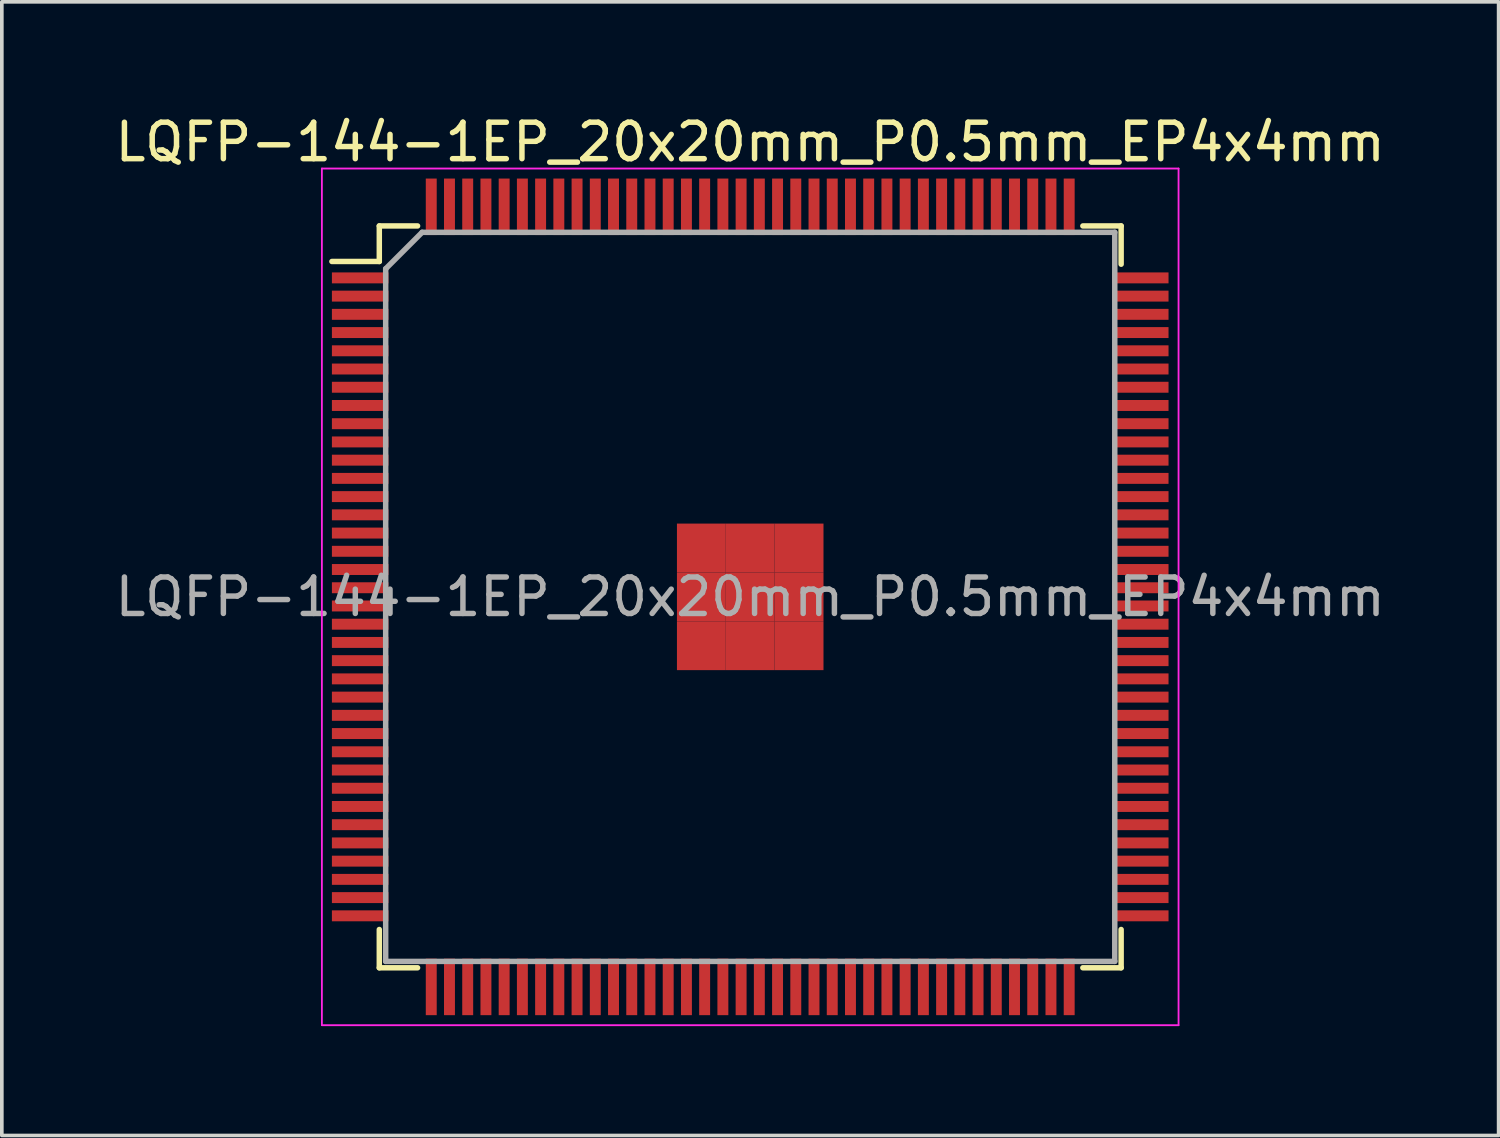
<source format=kicad_pcb>
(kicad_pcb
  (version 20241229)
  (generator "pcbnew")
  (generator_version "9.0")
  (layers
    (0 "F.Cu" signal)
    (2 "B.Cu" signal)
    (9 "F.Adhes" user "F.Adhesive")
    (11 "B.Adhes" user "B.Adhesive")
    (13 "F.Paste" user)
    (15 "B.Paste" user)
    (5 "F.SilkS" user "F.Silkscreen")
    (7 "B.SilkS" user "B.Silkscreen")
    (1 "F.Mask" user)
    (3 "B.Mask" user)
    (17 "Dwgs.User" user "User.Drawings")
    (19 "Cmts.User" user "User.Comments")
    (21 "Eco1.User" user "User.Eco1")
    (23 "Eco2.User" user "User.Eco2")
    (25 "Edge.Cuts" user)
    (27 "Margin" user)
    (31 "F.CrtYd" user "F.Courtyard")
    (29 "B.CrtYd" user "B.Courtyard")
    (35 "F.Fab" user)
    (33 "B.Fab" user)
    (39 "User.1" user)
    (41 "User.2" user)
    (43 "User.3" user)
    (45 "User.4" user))
  (footprint "LQFP-144-1EP_20x20mm_P0.5mm_EP4x4mm"
    (layer "F.Cu")
    (at 17.53 13.323)
    (property "Reference" "LQFP-144-1EP_20x20mm_P0.5mm_EP4x4mm" (at 0 -12.475 0) (layer "F.SilkS") (effects (font (size 1 1) (thickness 0.15))))
    (attr smd)
    (fp_line (start -10.175 -10.175) (end -10.175 -9.2) (stroke (width 0.15) (type solid)) (layer "F.SilkS"))
    (fp_line (start -10.175 -10.175) (end -9.125 -10.175) (stroke (width 0.15) (type solid)) (layer "F.SilkS"))
    (fp_line (start -10.175 -9.2) (end -11.475 -9.2) (stroke (width 0.15) (type solid)) (layer "F.SilkS"))
    (fp_line (start -10.175 10.175) (end -10.175 9.125) (stroke (width 0.15) (type solid)) (layer "F.SilkS"))
    (fp_line (start -10.175 10.175) (end -9.125 10.175) (stroke (width 0.15) (type solid)) (layer "F.SilkS"))
    (fp_line (start 10.175 -10.175) (end 9.125 -10.175) (stroke (width 0.15) (type solid)) (layer "F.SilkS"))
    (fp_line (start 10.175 -10.175) (end 10.175 -9.125) (stroke (width 0.15) (type solid)) (layer "F.SilkS"))
    (fp_line (start 10.175 10.175) (end 9.125 10.175) (stroke (width 0.15) (type solid)) (layer "F.SilkS"))
    (fp_line (start 10.175 10.175) (end 10.175 9.125) (stroke (width 0.15) (type solid)) (layer "F.SilkS"))
    (fp_line (start -11.75 -11.75) (end -11.75 11.75) (stroke (width 0.05) (type solid)) (layer "F.CrtYd"))
    (fp_line (start -11.75 -11.75) (end 11.75 -11.75) (stroke (width 0.05) (type solid)) (layer "F.CrtYd"))
    (fp_line (start -11.75 11.75) (end 11.75 11.75) (stroke (width 0.05) (type solid)) (layer "F.CrtYd"))
    (fp_line (start 11.75 -11.75) (end 11.75 11.75) (stroke (width 0.05) (type solid)) (layer "F.CrtYd"))
    (fp_line (start -10 -9) (end -9 -10) (stroke (width 0.15) (type solid)) (layer "F.Fab"))
    (fp_line (start -10 10) (end -10 -9) (stroke (width 0.15) (type solid)) (layer "F.Fab"))
    (fp_line (start -9 -10) (end 10 -10) (stroke (width 0.15) (type solid)) (layer "F.Fab"))
    (fp_line (start 10 -10) (end 10 10) (stroke (width 0.15) (type solid)) (layer "F.Fab"))
    (fp_line (start 10 10) (end -10 10) (stroke (width 0.15) (type solid)) (layer "F.Fab"))
    (fp_text user "${REFERENCE}" (at 0 0 0) (layer "F.Fab") (effects (font (size 1 1) (thickness 0.15))))
    (pad "1" smd rect (at -10.7 -8.75) (size 1.55 0.3) (layers "F.Cu" "F.Mask" "F.Paste"))
    (pad "2" smd rect (at -10.7 -8.25) (size 1.55 0.3) (layers "F.Cu" "F.Mask" "F.Paste"))
    (pad "3" smd rect (at -10.7 -7.75) (size 1.55 0.3) (layers "F.Cu" "F.Mask" "F.Paste"))
    (pad "4" smd rect (at -10.7 -7.25) (size 1.55 0.3) (layers "F.Cu" "F.Mask" "F.Paste"))
    (pad "5" smd rect (at -10.7 -6.75) (size 1.55 0.3) (layers "F.Cu" "F.Mask" "F.Paste"))
    (pad "6" smd rect (at -10.7 -6.25) (size 1.55 0.3) (layers "F.Cu" "F.Mask" "F.Paste"))
    (pad "7" smd rect (at -10.7 -5.75) (size 1.55 0.3) (layers "F.Cu" "F.Mask" "F.Paste"))
    (pad "8" smd rect (at -10.7 -5.25) (size 1.55 0.3) (layers "F.Cu" "F.Mask" "F.Paste"))
    (pad "9" smd rect (at -10.7 -4.75) (size 1.55 0.3) (layers "F.Cu" "F.Mask" "F.Paste"))
    (pad "10" smd rect (at -10.7 -4.25) (size 1.55 0.3) (layers "F.Cu" "F.Mask" "F.Paste"))
    (pad "11" smd rect (at -10.7 -3.75) (size 1.55 0.3) (layers "F.Cu" "F.Mask" "F.Paste"))
    (pad "12" smd rect (at -10.7 -3.25) (size 1.55 0.3) (layers "F.Cu" "F.Mask" "F.Paste"))
    (pad "13" smd rect (at -10.7 -2.75) (size 1.55 0.3) (layers "F.Cu" "F.Mask" "F.Paste"))
    (pad "14" smd rect (at -10.7 -2.25) (size 1.55 0.3) (layers "F.Cu" "F.Mask" "F.Paste"))
    (pad "15" smd rect (at -10.7 -1.75) (size 1.55 0.3) (layers "F.Cu" "F.Mask" "F.Paste"))
    (pad "16" smd rect (at -10.7 -1.25) (size 1.55 0.3) (layers "F.Cu" "F.Mask" "F.Paste"))
    (pad "17" smd rect (at -10.7 -0.75) (size 1.55 0.3) (layers "F.Cu" "F.Mask" "F.Paste"))
    (pad "18" smd rect (at -10.7 -0.25) (size 1.55 0.3) (layers "F.Cu" "F.Mask" "F.Paste"))
    (pad "19" smd rect (at -10.7 0.25) (size 1.55 0.3) (layers "F.Cu" "F.Mask" "F.Paste"))
    (pad "20" smd rect (at -10.7 0.75) (size 1.55 0.3) (layers "F.Cu" "F.Mask" "F.Paste"))
    (pad "21" smd rect (at -10.7 1.25) (size 1.55 0.3) (layers "F.Cu" "F.Mask" "F.Paste"))
    (pad "22" smd rect (at -10.7 1.75) (size 1.55 0.3) (layers "F.Cu" "F.Mask" "F.Paste"))
    (pad "23" smd rect (at -10.7 2.25) (size 1.55 0.3) (layers "F.Cu" "F.Mask" "F.Paste"))
    (pad "24" smd rect (at -10.7 2.75) (size 1.55 0.3) (layers "F.Cu" "F.Mask" "F.Paste"))
    (pad "25" smd rect (at -10.7 3.25) (size 1.55 0.3) (layers "F.Cu" "F.Mask" "F.Paste"))
    (pad "26" smd rect (at -10.7 3.75) (size 1.55 0.3) (layers "F.Cu" "F.Mask" "F.Paste"))
    (pad "27" smd rect (at -10.7 4.25) (size 1.55 0.3) (layers "F.Cu" "F.Mask" "F.Paste"))
    (pad "28" smd rect (at -10.7 4.75) (size 1.55 0.3) (layers "F.Cu" "F.Mask" "F.Paste"))
    (pad "29" smd rect (at -10.7 5.25) (size 1.55 0.3) (layers "F.Cu" "F.Mask" "F.Paste"))
    (pad "30" smd rect (at -10.7 5.75) (size 1.55 0.3) (layers "F.Cu" "F.Mask" "F.Paste"))
    (pad "31" smd rect (at -10.7 6.25) (size 1.55 0.3) (layers "F.Cu" "F.Mask" "F.Paste"))
    (pad "32" smd rect (at -10.7 6.75) (size 1.55 0.3) (layers "F.Cu" "F.Mask" "F.Paste"))
    (pad "33" smd rect (at -10.7 7.25) (size 1.55 0.3) (layers "F.Cu" "F.Mask" "F.Paste"))
    (pad "34" smd rect (at -10.7 7.75) (size 1.55 0.3) (layers "F.Cu" "F.Mask" "F.Paste"))
    (pad "35" smd rect (at -10.7 8.25) (size 1.55 0.3) (layers "F.Cu" "F.Mask" "F.Paste"))
    (pad "36" smd rect (at -10.7 8.75) (size 1.55 0.3) (layers "F.Cu" "F.Mask" "F.Paste"))
    (pad "37" smd rect (at -8.75 10.7 90) (size 1.55 0.3) (layers "F.Cu" "F.Mask" "F.Paste"))
    (pad "38" smd rect (at -8.25 10.7 90) (size 1.55 0.3) (layers "F.Cu" "F.Mask" "F.Paste"))
    (pad "39" smd rect (at -7.75 10.7 90) (size 1.55 0.3) (layers "F.Cu" "F.Mask" "F.Paste"))
    (pad "40" smd rect (at -7.25 10.7 90) (size 1.55 0.3) (layers "F.Cu" "F.Mask" "F.Paste"))
    (pad "41" smd rect (at -6.75 10.7 90) (size 1.55 0.3) (layers "F.Cu" "F.Mask" "F.Paste"))
    (pad "42" smd rect (at -6.25 10.7 90) (size 1.55 0.3) (layers "F.Cu" "F.Mask" "F.Paste"))
    (pad "43" smd rect (at -5.75 10.7 90) (size 1.55 0.3) (layers "F.Cu" "F.Mask" "F.Paste"))
    (pad "44" smd rect (at -5.25 10.7 90) (size 1.55 0.3) (layers "F.Cu" "F.Mask" "F.Paste"))
    (pad "45" smd rect (at -4.75 10.7 90) (size 1.55 0.3) (layers "F.Cu" "F.Mask" "F.Paste"))
    (pad "46" smd rect (at -4.25 10.7 90) (size 1.55 0.3) (layers "F.Cu" "F.Mask" "F.Paste"))
    (pad "47" smd rect (at -3.75 10.7 90) (size 1.55 0.3) (layers "F.Cu" "F.Mask" "F.Paste"))
    (pad "48" smd rect (at -3.25 10.7 90) (size 1.55 0.3) (layers "F.Cu" "F.Mask" "F.Paste"))
    (pad "49" smd rect (at -2.75 10.7 90) (size 1.55 0.3) (layers "F.Cu" "F.Mask" "F.Paste"))
    (pad "50" smd rect (at -2.25 10.7 90) (size 1.55 0.3) (layers "F.Cu" "F.Mask" "F.Paste"))
    (pad "51" smd rect (at -1.75 10.7 90) (size 1.55 0.3) (layers "F.Cu" "F.Mask" "F.Paste"))
    (pad "52" smd rect (at -1.25 10.7 90) (size 1.55 0.3) (layers "F.Cu" "F.Mask" "F.Paste"))
    (pad "53" smd rect (at -0.75 10.7 90) (size 1.55 0.3) (layers "F.Cu" "F.Mask" "F.Paste"))
    (pad "54" smd rect (at -0.25 10.7 90) (size 1.55 0.3) (layers "F.Cu" "F.Mask" "F.Paste"))
    (pad "55" smd rect (at 0.25 10.7 90) (size 1.55 0.3) (layers "F.Cu" "F.Mask" "F.Paste"))
    (pad "56" smd rect (at 0.75 10.7 90) (size 1.55 0.3) (layers "F.Cu" "F.Mask" "F.Paste"))
    (pad "57" smd rect (at 1.25 10.7 90) (size 1.55 0.3) (layers "F.Cu" "F.Mask" "F.Paste"))
    (pad "58" smd rect (at 1.75 10.7 90) (size 1.55 0.3) (layers "F.Cu" "F.Mask" "F.Paste"))
    (pad "59" smd rect (at 2.25 10.7 90) (size 1.55 0.3) (layers "F.Cu" "F.Mask" "F.Paste"))
    (pad "60" smd rect (at 2.75 10.7 90) (size 1.55 0.3) (layers "F.Cu" "F.Mask" "F.Paste"))
    (pad "61" smd rect (at 3.25 10.7 90) (size 1.55 0.3) (layers "F.Cu" "F.Mask" "F.Paste"))
    (pad "62" smd rect (at 3.75 10.7 90) (size 1.55 0.3) (layers "F.Cu" "F.Mask" "F.Paste"))
    (pad "63" smd rect (at 4.25 10.7 90) (size 1.55 0.3) (layers "F.Cu" "F.Mask" "F.Paste"))
    (pad "64" smd rect (at 4.75 10.7 90) (size 1.55 0.3) (layers "F.Cu" "F.Mask" "F.Paste"))
    (pad "65" smd rect (at 5.25 10.7 90) (size 1.55 0.3) (layers "F.Cu" "F.Mask" "F.Paste"))
    (pad "66" smd rect (at 5.75 10.7 90) (size 1.55 0.3) (layers "F.Cu" "F.Mask" "F.Paste"))
    (pad "67" smd rect (at 6.25 10.7 90) (size 1.55 0.3) (layers "F.Cu" "F.Mask" "F.Paste"))
    (pad "68" smd rect (at 6.75 10.7 90) (size 1.55 0.3) (layers "F.Cu" "F.Mask" "F.Paste"))
    (pad "69" smd rect (at 7.25 10.7 90) (size 1.55 0.3) (layers "F.Cu" "F.Mask" "F.Paste"))
    (pad "70" smd rect (at 7.75 10.7 90) (size 1.55 0.3) (layers "F.Cu" "F.Mask" "F.Paste"))
    (pad "71" smd rect (at 8.25 10.7 90) (size 1.55 0.3) (layers "F.Cu" "F.Mask" "F.Paste"))
    (pad "72" smd rect (at 8.75 10.7 90) (size 1.55 0.3) (layers "F.Cu" "F.Mask" "F.Paste"))
    (pad "73" smd rect (at 10.7 8.75) (size 1.55 0.3) (layers "F.Cu" "F.Mask" "F.Paste"))
    (pad "74" smd rect (at 10.7 8.25) (size 1.55 0.3) (layers "F.Cu" "F.Mask" "F.Paste"))
    (pad "75" smd rect (at 10.7 7.75) (size 1.55 0.3) (layers "F.Cu" "F.Mask" "F.Paste"))
    (pad "76" smd rect (at 10.7 7.25) (size 1.55 0.3) (layers "F.Cu" "F.Mask" "F.Paste"))
    (pad "77" smd rect (at 10.7 6.75) (size 1.55 0.3) (layers "F.Cu" "F.Mask" "F.Paste"))
    (pad "78" smd rect (at 10.7 6.25) (size 1.55 0.3) (layers "F.Cu" "F.Mask" "F.Paste"))
    (pad "79" smd rect (at 10.7 5.75) (size 1.55 0.3) (layers "F.Cu" "F.Mask" "F.Paste"))
    (pad "80" smd rect (at 10.7 5.25) (size 1.55 0.3) (layers "F.Cu" "F.Mask" "F.Paste"))
    (pad "81" smd rect (at 10.7 4.75) (size 1.55 0.3) (layers "F.Cu" "F.Mask" "F.Paste"))
    (pad "82" smd rect (at 10.7 4.25) (size 1.55 0.3) (layers "F.Cu" "F.Mask" "F.Paste"))
    (pad "83" smd rect (at 10.7 3.75) (size 1.55 0.3) (layers "F.Cu" "F.Mask" "F.Paste"))
    (pad "84" smd rect (at 10.7 3.25) (size 1.55 0.3) (layers "F.Cu" "F.Mask" "F.Paste"))
    (pad "85" smd rect (at 10.7 2.75) (size 1.55 0.3) (layers "F.Cu" "F.Mask" "F.Paste"))
    (pad "86" smd rect (at 10.7 2.25) (size 1.55 0.3) (layers "F.Cu" "F.Mask" "F.Paste"))
    (pad "87" smd rect (at 10.7 1.75) (size 1.55 0.3) (layers "F.Cu" "F.Mask" "F.Paste"))
    (pad "88" smd rect (at 10.7 1.25) (size 1.55 0.3) (layers "F.Cu" "F.Mask" "F.Paste"))
    (pad "89" smd rect (at 10.7 0.75) (size 1.55 0.3) (layers "F.Cu" "F.Mask" "F.Paste"))
    (pad "90" smd rect (at 10.7 0.25) (size 1.55 0.3) (layers "F.Cu" "F.Mask" "F.Paste"))
    (pad "91" smd rect (at 10.7 -0.25) (size 1.55 0.3) (layers "F.Cu" "F.Mask" "F.Paste"))
    (pad "92" smd rect (at 10.7 -0.75) (size 1.55 0.3) (layers "F.Cu" "F.Mask" "F.Paste"))
    (pad "93" smd rect (at 10.7 -1.25) (size 1.55 0.3) (layers "F.Cu" "F.Mask" "F.Paste"))
    (pad "94" smd rect (at 10.7 -1.75) (size 1.55 0.3) (layers "F.Cu" "F.Mask" "F.Paste"))
    (pad "95" smd rect (at 10.7 -2.25) (size 1.55 0.3) (layers "F.Cu" "F.Mask" "F.Paste"))
    (pad "96" smd rect (at 10.7 -2.75) (size 1.55 0.3) (layers "F.Cu" "F.Mask" "F.Paste"))
    (pad "97" smd rect (at 10.7 -3.25) (size 1.55 0.3) (layers "F.Cu" "F.Mask" "F.Paste"))
    (pad "98" smd rect (at 10.7 -3.75) (size 1.55 0.3) (layers "F.Cu" "F.Mask" "F.Paste"))
    (pad "99" smd rect (at 10.7 -4.25) (size 1.55 0.3) (layers "F.Cu" "F.Mask" "F.Paste"))
    (pad "100" smd rect (at 10.7 -4.75) (size 1.55 0.3) (layers "F.Cu" "F.Mask" "F.Paste"))
    (pad "101" smd rect (at 10.7 -5.25) (size 1.55 0.3) (layers "F.Cu" "F.Mask" "F.Paste"))
    (pad "102" smd rect (at 10.7 -5.75) (size 1.55 0.3) (layers "F.Cu" "F.Mask" "F.Paste"))
    (pad "103" smd rect (at 10.7 -6.25) (size 1.55 0.3) (layers "F.Cu" "F.Mask" "F.Paste"))
    (pad "104" smd rect (at 10.7 -6.75) (size 1.55 0.3) (layers "F.Cu" "F.Mask" "F.Paste"))
    (pad "105" smd rect (at 10.7 -7.25) (size 1.55 0.3) (layers "F.Cu" "F.Mask" "F.Paste"))
    (pad "106" smd rect (at 10.7 -7.75) (size 1.55 0.3) (layers "F.Cu" "F.Mask" "F.Paste"))
    (pad "107" smd rect (at 10.7 -8.25) (size 1.55 0.3) (layers "F.Cu" "F.Mask" "F.Paste"))
    (pad "108" smd rect (at 10.7 -8.75) (size 1.55 0.3) (layers "F.Cu" "F.Mask" "F.Paste"))
    (pad "109" smd rect (at 8.75 -10.7 90) (size 1.55 0.3) (layers "F.Cu" "F.Mask" "F.Paste"))
    (pad "110" smd rect (at 8.25 -10.7 90) (size 1.55 0.3) (layers "F.Cu" "F.Mask" "F.Paste"))
    (pad "111" smd rect (at 7.75 -10.7 90) (size 1.55 0.3) (layers "F.Cu" "F.Mask" "F.Paste"))
    (pad "112" smd rect (at 7.25 -10.7 90) (size 1.55 0.3) (layers "F.Cu" "F.Mask" "F.Paste"))
    (pad "113" smd rect (at 6.75 -10.7 90) (size 1.55 0.3) (layers "F.Cu" "F.Mask" "F.Paste"))
    (pad "114" smd rect (at 6.25 -10.7 90) (size 1.55 0.3) (layers "F.Cu" "F.Mask" "F.Paste"))
    (pad "115" smd rect (at 5.75 -10.7 90) (size 1.55 0.3) (layers "F.Cu" "F.Mask" "F.Paste"))
    (pad "116" smd rect (at 5.25 -10.7 90) (size 1.55 0.3) (layers "F.Cu" "F.Mask" "F.Paste"))
    (pad "117" smd rect (at 4.75 -10.7 90) (size 1.55 0.3) (layers "F.Cu" "F.Mask" "F.Paste"))
    (pad "118" smd rect (at 4.25 -10.7 90) (size 1.55 0.3) (layers "F.Cu" "F.Mask" "F.Paste"))
    (pad "119" smd rect (at 3.75 -10.7 90) (size 1.55 0.3) (layers "F.Cu" "F.Mask" "F.Paste"))
    (pad "120" smd rect (at 3.25 -10.7 90) (size 1.55 0.3) (layers "F.Cu" "F.Mask" "F.Paste"))
    (pad "121" smd rect (at 2.75 -10.7 90) (size 1.55 0.3) (layers "F.Cu" "F.Mask" "F.Paste"))
    (pad "122" smd rect (at 2.25 -10.7 90) (size 1.55 0.3) (layers "F.Cu" "F.Mask" "F.Paste"))
    (pad "123" smd rect (at 1.75 -10.7 90) (size 1.55 0.3) (layers "F.Cu" "F.Mask" "F.Paste"))
    (pad "124" smd rect (at 1.25 -10.7 90) (size 1.55 0.3) (layers "F.Cu" "F.Mask" "F.Paste"))
    (pad "125" smd rect (at 0.75 -10.7 90) (size 1.55 0.3) (layers "F.Cu" "F.Mask" "F.Paste"))
    (pad "126" smd rect (at 0.25 -10.7 90) (size 1.55 0.3) (layers "F.Cu" "F.Mask" "F.Paste"))
    (pad "127" smd rect (at -0.25 -10.7 90) (size 1.55 0.3) (layers "F.Cu" "F.Mask" "F.Paste"))
    (pad "128" smd rect (at -0.75 -10.7 90) (size 1.55 0.3) (layers "F.Cu" "F.Mask" "F.Paste"))
    (pad "129" smd rect (at -1.25 -10.7 90) (size 1.55 0.3) (layers "F.Cu" "F.Mask" "F.Paste"))
    (pad "130" smd rect (at -1.75 -10.7 90) (size 1.55 0.3) (layers "F.Cu" "F.Mask" "F.Paste"))
    (pad "131" smd rect (at -2.25 -10.7 90) (size 1.55 0.3) (layers "F.Cu" "F.Mask" "F.Paste"))
    (pad "132" smd rect (at -2.75 -10.7 90) (size 1.55 0.3) (layers "F.Cu" "F.Mask" "F.Paste"))
    (pad "133" smd rect (at -3.25 -10.7 90) (size 1.55 0.3) (layers "F.Cu" "F.Mask" "F.Paste"))
    (pad "134" smd rect (at -3.75 -10.7 90) (size 1.55 0.3) (layers "F.Cu" "F.Mask" "F.Paste"))
    (pad "135" smd rect (at -4.25 -10.7 90) (size 1.55 0.3) (layers "F.Cu" "F.Mask" "F.Paste"))
    (pad "136" smd rect (at -4.75 -10.7 90) (size 1.55 0.3) (layers "F.Cu" "F.Mask" "F.Paste"))
    (pad "137" smd rect (at -5.25 -10.7 90) (size 1.55 0.3) (layers "F.Cu" "F.Mask" "F.Paste"))
    (pad "138" smd rect (at -5.75 -10.7 90) (size 1.55 0.3) (layers "F.Cu" "F.Mask" "F.Paste"))
    (pad "139" smd rect (at -6.25 -10.7 90) (size 1.55 0.3) (layers "F.Cu" "F.Mask" "F.Paste"))
    (pad "140" smd rect (at -6.75 -10.7 90) (size 1.55 0.3) (layers "F.Cu" "F.Mask" "F.Paste"))
    (pad "141" smd rect (at -7.25 -10.7 90) (size 1.55 0.3) (layers "F.Cu" "F.Mask" "F.Paste"))
    (pad "142" smd rect (at -7.75 -10.7 90) (size 1.55 0.3) (layers "F.Cu" "F.Mask" "F.Paste"))
    (pad "143" smd rect (at -8.25 -10.7 90) (size 1.55 0.3) (layers "F.Cu" "F.Mask" "F.Paste"))
    (pad "144" smd rect (at -8.75 -10.7 90) (size 1.55 0.3) (layers "F.Cu" "F.Mask" "F.Paste"))
    (pad "145" smd rect (at -1.34 -1.34) (size 1.34 1.34) (layers "F.Cu" "F.Mask" "F.Paste"))
    (pad "145" smd rect (at -1.34 0) (size 1.34 1.34) (layers "F.Cu" "F.Mask" "F.Paste"))
    (pad "145" smd rect (at -1.34 1.34) (size 1.34 1.34) (layers "F.Cu" "F.Mask" "F.Paste"))
    (pad "145" smd rect (at 0 -1.34) (size 1.34 1.34) (layers "F.Cu" "F.Mask" "F.Paste"))
    (pad "145" smd rect (at 0 0) (size 1.34 1.34) (layers "F.Cu" "F.Mask" "F.Paste"))
    (pad "145" smd rect (at 0 1.34) (size 1.34 1.34) (layers "F.Cu" "F.Mask" "F.Paste"))
    (pad "145" smd rect (at 1.34 -1.34) (size 1.34 1.34) (layers "F.Cu" "F.Mask" "F.Paste"))
    (pad "145" smd rect (at 1.34 0) (size 1.34 1.34) (layers "F.Cu" "F.Mask" "F.Paste"))
    (pad "145" smd rect (at 1.34 1.34) (size 1.34 1.34) (layers "F.Cu" "F.Mask" "F.Paste")))
  (gr_rect
    (start -3 -3)
    (end 38.06 28.098)
    (stroke (width 0.1) (type default))
    (fill no)
    (layer "Edge.Cuts")))
</source>
